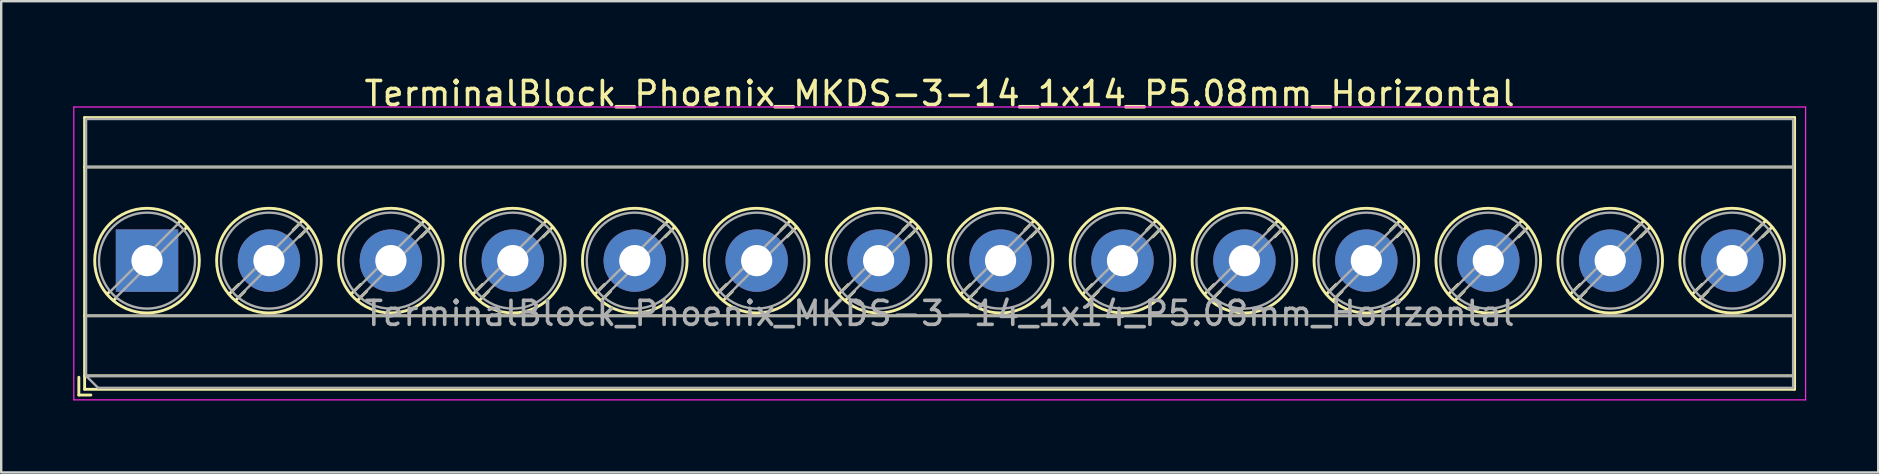
<source format=kicad_pcb>
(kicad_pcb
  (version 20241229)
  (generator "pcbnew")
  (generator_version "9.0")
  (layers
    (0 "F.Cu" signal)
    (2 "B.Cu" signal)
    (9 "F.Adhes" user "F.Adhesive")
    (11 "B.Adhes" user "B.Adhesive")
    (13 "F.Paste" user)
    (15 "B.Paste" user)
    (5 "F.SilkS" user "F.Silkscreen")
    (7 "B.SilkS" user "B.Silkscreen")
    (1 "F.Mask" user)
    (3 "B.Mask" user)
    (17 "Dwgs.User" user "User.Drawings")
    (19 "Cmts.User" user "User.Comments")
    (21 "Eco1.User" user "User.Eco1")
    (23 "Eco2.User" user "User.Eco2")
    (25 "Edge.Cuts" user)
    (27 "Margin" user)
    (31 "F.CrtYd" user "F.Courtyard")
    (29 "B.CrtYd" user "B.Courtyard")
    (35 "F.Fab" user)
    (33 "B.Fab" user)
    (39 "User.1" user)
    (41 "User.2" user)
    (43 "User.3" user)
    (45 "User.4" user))
  (footprint "TerminalBlock_Phoenix_MKDS-3-14_1x14_P5.08mm_Horizontal"
    (layer "F.Cu")
    (at 3.075 7.808)
    (property "Reference" "TerminalBlock_Phoenix_MKDS-3-14_1x14_P5.08mm_Horizontal" (at 33.02 -6.96 0) (layer "F.SilkS") (effects (font (size 1 1) (thickness 0.15))))
    (attr through_hole)
    (fp_line (start -2.84 4.86) (end -2.84 5.6) (stroke (width 0.12) (type solid)) (layer "F.SilkS"))
    (fp_line (start -2.84 5.6) (end -2.34 5.6) (stroke (width 0.12) (type solid)) (layer "F.SilkS"))
    (fp_line (start -2.6 -5.96) (end -2.6 5.36) (stroke (width 0.12) (type solid)) (layer "F.SilkS"))
    (fp_line (start -2.6 -5.96) (end 68.641 -5.96) (stroke (width 0.12) (type solid)) (layer "F.SilkS"))
    (fp_line (start -2.6 -3.9) (end 68.641 -3.9) (stroke (width 0.12) (type solid)) (layer "F.SilkS"))
    (fp_line (start -2.6 2.3) (end 68.641 2.3) (stroke (width 0.12) (type solid)) (layer "F.SilkS"))
    (fp_line (start -2.6 4.8) (end 68.641 4.8) (stroke (width 0.12) (type solid)) (layer "F.SilkS"))
    (fp_line (start -2.6 5.36) (end 68.641 5.36) (stroke (width 0.12) (type solid)) (layer "F.SilkS"))
    (fp_line (start -1.548 1.281) (end -1.654 1.388) (stroke (width 0.12) (type solid)) (layer "F.SilkS"))
    (fp_line (start -1.282 1.547) (end -1.388 1.654) (stroke (width 0.12) (type solid)) (layer "F.SilkS"))
    (fp_line (start 1.388 -1.654) (end 1.281 -1.547) (stroke (width 0.12) (type solid)) (layer "F.SilkS"))
    (fp_line (start 1.654 -1.388) (end 1.547 -1.281) (stroke (width 0.12) (type solid)) (layer "F.SilkS"))
    (fp_line (start 3.822 0.992) (end 3.427 1.388) (stroke (width 0.12) (type solid)) (layer "F.SilkS"))
    (fp_line (start 4.073 1.274) (end 3.693 1.654) (stroke (width 0.12) (type solid)) (layer "F.SilkS"))
    (fp_line (start 6.468 -1.654) (end 6.088 -1.274) (stroke (width 0.12) (type solid)) (layer "F.SilkS"))
    (fp_line (start 6.734 -1.388) (end 6.339 -0.992) (stroke (width 0.12) (type solid)) (layer "F.SilkS"))
    (fp_line (start 8.902 0.992) (end 8.507 1.388) (stroke (width 0.12) (type solid)) (layer "F.SilkS"))
    (fp_line (start 9.153 1.274) (end 8.773 1.654) (stroke (width 0.12) (type solid)) (layer "F.SilkS"))
    (fp_line (start 11.548 -1.654) (end 11.168 -1.274) (stroke (width 0.12) (type solid)) (layer "F.SilkS"))
    (fp_line (start 11.814 -1.388) (end 11.419 -0.992) (stroke (width 0.12) (type solid)) (layer "F.SilkS"))
    (fp_line (start 13.982 0.992) (end 13.587 1.388) (stroke (width 0.12) (type solid)) (layer "F.SilkS"))
    (fp_line (start 14.233 1.274) (end 13.853 1.654) (stroke (width 0.12) (type solid)) (layer "F.SilkS"))
    (fp_line (start 16.628 -1.654) (end 16.248 -1.274) (stroke (width 0.12) (type solid)) (layer "F.SilkS"))
    (fp_line (start 16.894 -1.388) (end 16.499 -0.992) (stroke (width 0.12) (type solid)) (layer "F.SilkS"))
    (fp_line (start 19.062 0.992) (end 18.667 1.388) (stroke (width 0.12) (type solid)) (layer "F.SilkS"))
    (fp_line (start 19.313 1.274) (end 18.933 1.654) (stroke (width 0.12) (type solid)) (layer "F.SilkS"))
    (fp_line (start 21.708 -1.654) (end 21.328 -1.274) (stroke (width 0.12) (type solid)) (layer "F.SilkS"))
    (fp_line (start 21.974 -1.388) (end 21.579 -0.992) (stroke (width 0.12) (type solid)) (layer "F.SilkS"))
    (fp_line (start 24.142 0.992) (end 23.747 1.388) (stroke (width 0.12) (type solid)) (layer "F.SilkS"))
    (fp_line (start 24.393 1.274) (end 24.013 1.654) (stroke (width 0.12) (type solid)) (layer "F.SilkS"))
    (fp_line (start 26.788 -1.654) (end 26.408 -1.274) (stroke (width 0.12) (type solid)) (layer "F.SilkS"))
    (fp_line (start 27.054 -1.388) (end 26.659 -0.992) (stroke (width 0.12) (type solid)) (layer "F.SilkS"))
    (fp_line (start 29.222 0.992) (end 28.827 1.388) (stroke (width 0.12) (type solid)) (layer "F.SilkS"))
    (fp_line (start 29.473 1.274) (end 29.093 1.654) (stroke (width 0.12) (type solid)) (layer "F.SilkS"))
    (fp_line (start 31.868 -1.654) (end 31.488 -1.274) (stroke (width 0.12) (type solid)) (layer "F.SilkS"))
    (fp_line (start 32.134 -1.388) (end 31.739 -0.992) (stroke (width 0.12) (type solid)) (layer "F.SilkS"))
    (fp_line (start 34.302 0.992) (end 33.907 1.388) (stroke (width 0.12) (type solid)) (layer "F.SilkS"))
    (fp_line (start 34.553 1.274) (end 34.173 1.654) (stroke (width 0.12) (type solid)) (layer "F.SilkS"))
    (fp_line (start 36.948 -1.654) (end 36.568 -1.274) (stroke (width 0.12) (type solid)) (layer "F.SilkS"))
    (fp_line (start 37.214 -1.388) (end 36.819 -0.992) (stroke (width 0.12) (type solid)) (layer "F.SilkS"))
    (fp_line (start 39.382 0.992) (end 38.987 1.388) (stroke (width 0.12) (type solid)) (layer "F.SilkS"))
    (fp_line (start 39.633 1.274) (end 39.253 1.654) (stroke (width 0.12) (type solid)) (layer "F.SilkS"))
    (fp_line (start 42.028 -1.654) (end 41.648 -1.274) (stroke (width 0.12) (type solid)) (layer "F.SilkS"))
    (fp_line (start 42.294 -1.388) (end 41.899 -0.992) (stroke (width 0.12) (type solid)) (layer "F.SilkS"))
    (fp_line (start 44.462 0.992) (end 44.067 1.388) (stroke (width 0.12) (type solid)) (layer "F.SilkS"))
    (fp_line (start 44.713 1.274) (end 44.333 1.654) (stroke (width 0.12) (type solid)) (layer "F.SilkS"))
    (fp_line (start 47.108 -1.654) (end 46.728 -1.274) (stroke (width 0.12) (type solid)) (layer "F.SilkS"))
    (fp_line (start 47.374 -1.388) (end 46.979 -0.992) (stroke (width 0.12) (type solid)) (layer "F.SilkS"))
    (fp_line (start 49.542 0.992) (end 49.147 1.388) (stroke (width 0.12) (type solid)) (layer "F.SilkS"))
    (fp_line (start 49.793 1.274) (end 49.413 1.654) (stroke (width 0.12) (type solid)) (layer "F.SilkS"))
    (fp_line (start 52.188 -1.654) (end 51.808 -1.274) (stroke (width 0.12) (type solid)) (layer "F.SilkS"))
    (fp_line (start 52.454 -1.388) (end 52.059 -0.992) (stroke (width 0.12) (type solid)) (layer "F.SilkS"))
    (fp_line (start 54.622 0.992) (end 54.227 1.388) (stroke (width 0.12) (type solid)) (layer "F.SilkS"))
    (fp_line (start 54.873 1.274) (end 54.493 1.654) (stroke (width 0.12) (type solid)) (layer "F.SilkS"))
    (fp_line (start 57.268 -1.654) (end 56.888 -1.274) (stroke (width 0.12) (type solid)) (layer "F.SilkS"))
    (fp_line (start 57.534 -1.388) (end 57.139 -0.992) (stroke (width 0.12) (type solid)) (layer "F.SilkS"))
    (fp_line (start 59.702 0.992) (end 59.307 1.388) (stroke (width 0.12) (type solid)) (layer "F.SilkS"))
    (fp_line (start 59.953 1.274) (end 59.573 1.654) (stroke (width 0.12) (type solid)) (layer "F.SilkS"))
    (fp_line (start 62.348 -1.654) (end 61.968 -1.274) (stroke (width 0.12) (type solid)) (layer "F.SilkS"))
    (fp_line (start 62.614 -1.388) (end 62.219 -0.992) (stroke (width 0.12) (type solid)) (layer "F.SilkS"))
    (fp_line (start 64.782 0.992) (end 64.387 1.388) (stroke (width 0.12) (type solid)) (layer "F.SilkS"))
    (fp_line (start 65.033 1.274) (end 64.653 1.654) (stroke (width 0.12) (type solid)) (layer "F.SilkS"))
    (fp_line (start 67.428 -1.654) (end 67.048 -1.274) (stroke (width 0.12) (type solid)) (layer "F.SilkS"))
    (fp_line (start 67.694 -1.388) (end 67.299 -0.992) (stroke (width 0.12) (type solid)) (layer "F.SilkS"))
    (fp_line (start 68.641 -5.96) (end 68.641 5.36) (stroke (width 0.12) (type solid)) (layer "F.SilkS"))
    (fp_circle (center 0 0) (end 2.18 0) (stroke (width 0.12) (type solid)) (fill no) (layer "F.SilkS"))
    (fp_circle (center 5.08 0) (end 7.26 0) (stroke (width 0.12) (type solid)) (fill no) (layer "F.SilkS"))
    (fp_circle (center 10.16 0) (end 12.34 0) (stroke (width 0.12) (type solid)) (fill no) (layer "F.SilkS"))
    (fp_circle (center 15.24 0) (end 17.42 0) (stroke (width 0.12) (type solid)) (fill no) (layer "F.SilkS"))
    (fp_circle (center 20.32 0) (end 22.5 0) (stroke (width 0.12) (type solid)) (fill no) (layer "F.SilkS"))
    (fp_circle (center 25.4 0) (end 27.58 0) (stroke (width 0.12) (type solid)) (fill no) (layer "F.SilkS"))
    (fp_circle (center 30.48 0) (end 32.66 0) (stroke (width 0.12) (type solid)) (fill no) (layer "F.SilkS"))
    (fp_circle (center 35.56 0) (end 37.74 0) (stroke (width 0.12) (type solid)) (fill no) (layer "F.SilkS"))
    (fp_circle (center 40.64 0) (end 42.82 0) (stroke (width 0.12) (type solid)) (fill no) (layer "F.SilkS"))
    (fp_circle (center 45.72 0) (end 47.9 0) (stroke (width 0.12) (type solid)) (fill no) (layer "F.SilkS"))
    (fp_circle (center 50.8 0) (end 52.98 0) (stroke (width 0.12) (type solid)) (fill no) (layer "F.SilkS"))
    (fp_circle (center 55.88 0) (end 58.06 0) (stroke (width 0.12) (type solid)) (fill no) (layer "F.SilkS"))
    (fp_circle (center 60.96 0) (end 63.14 0) (stroke (width 0.12) (type solid)) (fill no) (layer "F.SilkS"))
    (fp_circle (center 66.04 0) (end 68.22 0) (stroke (width 0.12) (type solid)) (fill no) (layer "F.SilkS"))
    (fp_line (start -3.05 -6.4) (end -3.05 5.8) (stroke (width 0.05) (type solid)) (layer "F.CrtYd"))
    (fp_line (start -3.05 5.8) (end 69.1 5.8) (stroke (width 0.05) (type solid)) (layer "F.CrtYd"))
    (fp_line (start 69.1 -6.4) (end -3.05 -6.4) (stroke (width 0.05) (type solid)) (layer "F.CrtYd"))
    (fp_line (start 69.1 5.8) (end 69.1 -6.4) (stroke (width 0.05) (type solid)) (layer "F.CrtYd"))
    (fp_line (start -2.54 -5.9) (end 68.58 -5.9) (stroke (width 0.1) (type solid)) (layer "F.Fab"))
    (fp_line (start -2.54 -3.9) (end 68.58 -3.9) (stroke (width 0.1) (type solid)) (layer "F.Fab"))
    (fp_line (start -2.54 2.3) (end 68.58 2.3) (stroke (width 0.1) (type solid)) (layer "F.Fab"))
    (fp_line (start -2.54 4.8) (end -2.54 -5.9) (stroke (width 0.1) (type solid)) (layer "F.Fab"))
    (fp_line (start -2.54 4.8) (end 68.58 4.8) (stroke (width 0.1) (type solid)) (layer "F.Fab"))
    (fp_line (start -2.04 5.3) (end -2.54 4.8) (stroke (width 0.1) (type solid)) (layer "F.Fab"))
    (fp_line (start 1.273 -1.517) (end -1.517 1.273) (stroke (width 0.1) (type solid)) (layer "F.Fab"))
    (fp_line (start 1.517 -1.273) (end -1.273 1.517) (stroke (width 0.1) (type solid)) (layer "F.Fab"))
    (fp_line (start 6.353 -1.517) (end 3.564 1.273) (stroke (width 0.1) (type solid)) (layer "F.Fab"))
    (fp_line (start 6.597 -1.273) (end 3.808 1.517) (stroke (width 0.1) (type solid)) (layer "F.Fab"))
    (fp_line (start 11.433 -1.517) (end 8.644 1.273) (stroke (width 0.1) (type solid)) (layer "F.Fab"))
    (fp_line (start 11.677 -1.273) (end 8.888 1.517) (stroke (width 0.1) (type solid)) (layer "F.Fab"))
    (fp_line (start 16.513 -1.517) (end 13.724 1.273) (stroke (width 0.1) (type solid)) (layer "F.Fab"))
    (fp_line (start 16.757 -1.273) (end 13.968 1.517) (stroke (width 0.1) (type solid)) (layer "F.Fab"))
    (fp_line (start 21.593 -1.517) (end 18.804 1.273) (stroke (width 0.1) (type solid)) (layer "F.Fab"))
    (fp_line (start 21.837 -1.273) (end 19.048 1.517) (stroke (width 0.1) (type solid)) (layer "F.Fab"))
    (fp_line (start 26.673 -1.517) (end 23.884 1.273) (stroke (width 0.1) (type solid)) (layer "F.Fab"))
    (fp_line (start 26.917 -1.273) (end 24.128 1.517) (stroke (width 0.1) (type solid)) (layer "F.Fab"))
    (fp_line (start 31.753 -1.517) (end 28.964 1.273) (stroke (width 0.1) (type solid)) (layer "F.Fab"))
    (fp_line (start 31.997 -1.273) (end 29.208 1.517) (stroke (width 0.1) (type solid)) (layer "F.Fab"))
    (fp_line (start 36.833 -1.517) (end 34.044 1.273) (stroke (width 0.1) (type solid)) (layer "F.Fab"))
    (fp_line (start 37.077 -1.273) (end 34.288 1.517) (stroke (width 0.1) (type solid)) (layer "F.Fab"))
    (fp_line (start 41.913 -1.517) (end 39.124 1.273) (stroke (width 0.1) (type solid)) (layer "F.Fab"))
    (fp_line (start 42.157 -1.273) (end 39.368 1.517) (stroke (width 0.1) (type solid)) (layer "F.Fab"))
    (fp_line (start 46.993 -1.517) (end 44.204 1.273) (stroke (width 0.1) (type solid)) (layer "F.Fab"))
    (fp_line (start 47.237 -1.273) (end 44.448 1.517) (stroke (width 0.1) (type solid)) (layer "F.Fab"))
    (fp_line (start 52.073 -1.517) (end 49.284 1.273) (stroke (width 0.1) (type solid)) (layer "F.Fab"))
    (fp_line (start 52.317 -1.273) (end 49.528 1.517) (stroke (width 0.1) (type solid)) (layer "F.Fab"))
    (fp_line (start 57.153 -1.517) (end 54.364 1.273) (stroke (width 0.1) (type solid)) (layer "F.Fab"))
    (fp_line (start 57.397 -1.273) (end 54.608 1.517) (stroke (width 0.1) (type solid)) (layer "F.Fab"))
    (fp_line (start 62.233 -1.517) (end 59.444 1.273) (stroke (width 0.1) (type solid)) (layer "F.Fab"))
    (fp_line (start 62.477 -1.273) (end 59.688 1.517) (stroke (width 0.1) (type solid)) (layer "F.Fab"))
    (fp_line (start 67.313 -1.517) (end 64.524 1.273) (stroke (width 0.1) (type solid)) (layer "F.Fab"))
    (fp_line (start 67.557 -1.273) (end 64.768 1.517) (stroke (width 0.1) (type solid)) (layer "F.Fab"))
    (fp_line (start 68.58 -5.9) (end 68.58 5.3) (stroke (width 0.1) (type solid)) (layer "F.Fab"))
    (fp_line (start 68.58 5.3) (end -2.04 5.3) (stroke (width 0.1) (type solid)) (layer "F.Fab"))
    (fp_circle (center 0 0) (end 2 0) (stroke (width 0.1) (type solid)) (fill no) (layer "F.Fab"))
    (fp_circle (center 5.08 0) (end 7.08 0) (stroke (width 0.1) (type solid)) (fill no) (layer "F.Fab"))
    (fp_circle (center 10.16 0) (end 12.16 0) (stroke (width 0.1) (type solid)) (fill no) (layer "F.Fab"))
    (fp_circle (center 15.24 0) (end 17.24 0) (stroke (width 0.1) (type solid)) (fill no) (layer "F.Fab"))
    (fp_circle (center 20.32 0) (end 22.32 0) (stroke (width 0.1) (type solid)) (fill no) (layer "F.Fab"))
    (fp_circle (center 25.4 0) (end 27.4 0) (stroke (width 0.1) (type solid)) (fill no) (layer "F.Fab"))
    (fp_circle (center 30.48 0) (end 32.48 0) (stroke (width 0.1) (type solid)) (fill no) (layer "F.Fab"))
    (fp_circle (center 35.56 0) (end 37.56 0) (stroke (width 0.1) (type solid)) (fill no) (layer "F.Fab"))
    (fp_circle (center 40.64 0) (end 42.64 0) (stroke (width 0.1) (type solid)) (fill no) (layer "F.Fab"))
    (fp_circle (center 45.72 0) (end 47.72 0) (stroke (width 0.1) (type solid)) (fill no) (layer "F.Fab"))
    (fp_circle (center 50.8 0) (end 52.8 0) (stroke (width 0.1) (type solid)) (fill no) (layer "F.Fab"))
    (fp_circle (center 55.88 0) (end 57.88 0) (stroke (width 0.1) (type solid)) (fill no) (layer "F.Fab"))
    (fp_circle (center 60.96 0) (end 62.96 0) (stroke (width 0.1) (type solid)) (fill no) (layer "F.Fab"))
    (fp_circle (center 66.04 0) (end 68.04 0) (stroke (width 0.1) (type solid)) (fill no) (layer "F.Fab"))
    (fp_text user "${REFERENCE}" (at 33.02 2.2 0) (layer "F.Fab") (effects (font (size 1 1) (thickness 0.15))))
    (pad "1" thru_hole rect (at 0 0) (size 2.6 2.6) (drill 1.3) (layers "*.Cu" "*.Mask"))
    (pad "2" thru_hole circle (at 5.08 0) (size 2.6 2.6) (drill 1.3) (layers "*.Cu" "*.Mask"))
    (pad "3" thru_hole circle (at 10.16 0) (size 2.6 2.6) (drill 1.3) (layers "*.Cu" "*.Mask"))
    (pad "4" thru_hole circle (at 15.24 0) (size 2.6 2.6) (drill 1.3) (layers "*.Cu" "*.Mask"))
    (pad "5" thru_hole circle (at 20.32 0) (size 2.6 2.6) (drill 1.3) (layers "*.Cu" "*.Mask"))
    (pad "6" thru_hole circle (at 25.4 0) (size 2.6 2.6) (drill 1.3) (layers "*.Cu" "*.Mask"))
    (pad "7" thru_hole circle (at 30.48 0) (size 2.6 2.6) (drill 1.3) (layers "*.Cu" "*.Mask"))
    (pad "8" thru_hole circle (at 35.56 0) (size 2.6 2.6) (drill 1.3) (layers "*.Cu" "*.Mask"))
    (pad "9" thru_hole circle (at 40.64 0) (size 2.6 2.6) (drill 1.3) (layers "*.Cu" "*.Mask"))
    (pad "10" thru_hole circle (at 45.72 0) (size 2.6 2.6) (drill 1.3) (layers "*.Cu" "*.Mask"))
    (pad "11" thru_hole circle (at 50.8 0) (size 2.6 2.6) (drill 1.3) (layers "*.Cu" "*.Mask"))
    (pad "12" thru_hole circle (at 55.88 0) (size 2.6 2.6) (drill 1.3) (layers "*.Cu" "*.Mask"))
    (pad "13" thru_hole circle (at 60.96 0) (size 2.6 2.6) (drill 1.3) (layers "*.Cu" "*.Mask"))
    (pad "14" thru_hole circle (at 66.04 0) (size 2.6 2.6) (drill 1.3) (layers "*.Cu" "*.Mask")))
  (gr_rect
    (start -3 -3)
    (end 75.2 16.633)
    (stroke (width 0.1) (type default))
    (fill no)
    (layer "Edge.Cuts")))
</source>
